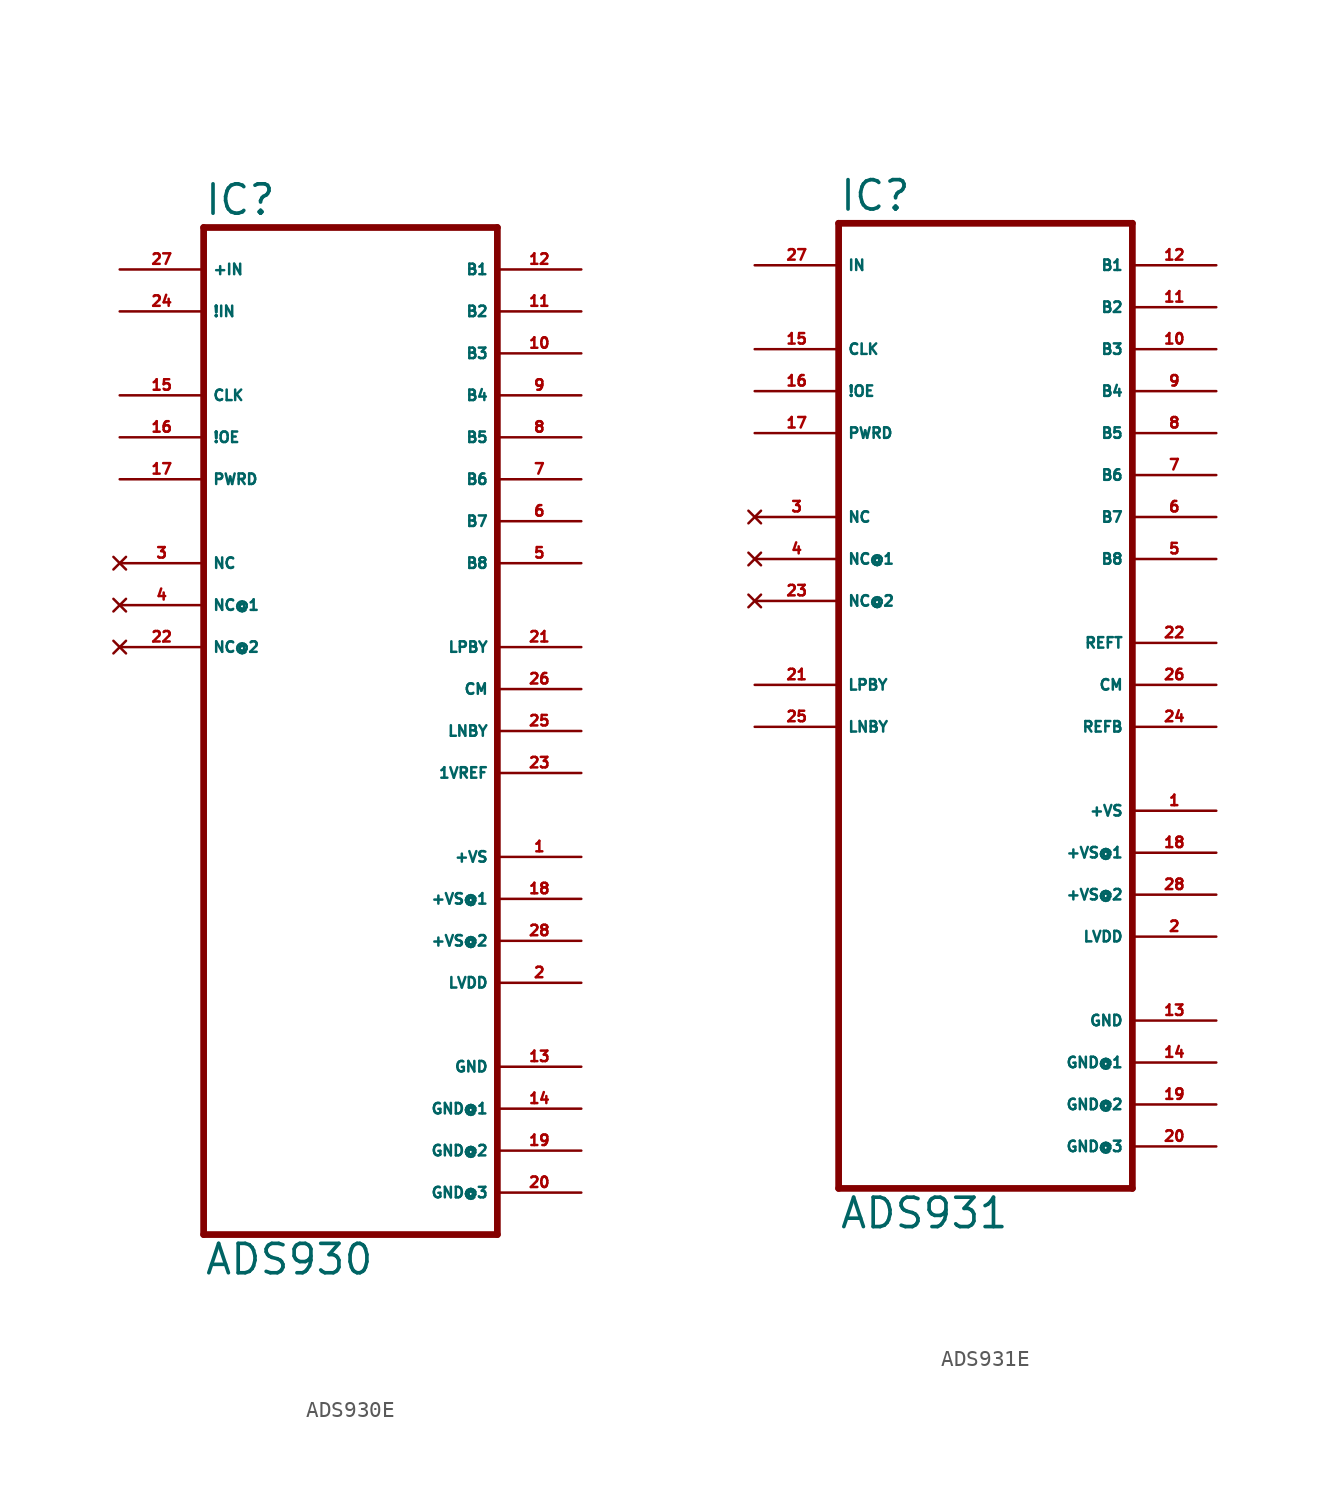
<source format=kicad_sym>
(kicad_symbol_lib
  (version 20220914)
  (generator Eagle2Kicad)
  (symbol "ADS930E"
    (property "Reference" "IC"
      (at -10.16 31.115 0)
      (effects (font (size 1.778 1.778) (thickness 0.22)) (justify left bottom)))
    (property "Value" "ADS930"
      (at -10.16 -33.02 0)
      (effects (font (size 1.778 1.778) (thickness 0.22)) (justify left bottom)))
    (polyline
      (pts (xy -10.16 30.48) (xy 7.62 30.48))
      (stroke (width 0.406) (type default))
      (fill (type none)))
    (polyline
      (pts (xy 7.62 30.48) (xy 7.62 -30.48))
      (stroke (width 0.406) (type default))
      (fill (type none)))
    (polyline
      (pts (xy 7.62 -30.48) (xy -10.16 -30.48))
      (stroke (width 0.406) (type default))
      (fill (type none)))
    (polyline
      (pts (xy -10.16 -30.48) (xy -10.16 30.48))
      (stroke (width 0.406) (type default))
      (fill (type none)))
    (pin input line
      (at -15.24 27.94 0)
      (length 5.08)
      (name "+IN" (effects (font (size 0.635 0.635) (thickness 0.08)) (justify left bottom)))
      (number "27" (effects (font (size 0.635 0.635) (thickness 0.08)) (justify left bottom))))
    (pin input line
      (at -15.24 20.32 0)
      (length 5.08)
      (name "CLK" (effects (font (size 0.635 0.635) (thickness 0.08)) (justify left bottom)))
      (number "15" (effects (font (size 0.635 0.635) (thickness 0.08)) (justify left bottom))))
    (pin input line
      (at -15.24 17.78 0)
      (length 5.08)
      (name "!OE" (effects (font (size 0.635 0.635) (thickness 0.08)) (justify left bottom)))
      (number "16" (effects (font (size 0.635 0.635) (thickness 0.08)) (justify left bottom))))
    (pin input line
      (at -15.24 15.24 0)
      (length 5.08)
      (name "PWRD" (effects (font (size 0.635 0.635) (thickness 0.08)) (justify left bottom)))
      (number "17" (effects (font (size 0.635 0.635) (thickness 0.08)) (justify left bottom))))
    (pin output line
      (at 12.7 27.94 180)
      (length 5.08)
      (name "B1" (effects (font (size 0.635 0.635) (thickness 0.08)) (justify left bottom)))
      (number "12" (effects (font (size 0.635 0.635) (thickness 0.08)) (justify left bottom))))
    (pin output line
      (at 12.7 25.4 180)
      (length 5.08)
      (name "B2" (effects (font (size 0.635 0.635) (thickness 0.08)) (justify left bottom)))
      (number "11" (effects (font (size 0.635 0.635) (thickness 0.08)) (justify left bottom))))
    (pin output line
      (at 12.7 22.86 180)
      (length 5.08)
      (name "B3" (effects (font (size 0.635 0.635) (thickness 0.08)) (justify left bottom)))
      (number "10" (effects (font (size 0.635 0.635) (thickness 0.08)) (justify left bottom))))
    (pin output line
      (at 12.7 20.32 180)
      (length 5.08)
      (name "B4" (effects (font (size 0.635 0.635) (thickness 0.08)) (justify left bottom)))
      (number "9" (effects (font (size 0.635 0.635) (thickness 0.08)) (justify left bottom))))
    (pin output line
      (at 12.7 17.78 180)
      (length 5.08)
      (name "B5" (effects (font (size 0.635 0.635) (thickness 0.08)) (justify left bottom)))
      (number "8" (effects (font (size 0.635 0.635) (thickness 0.08)) (justify left bottom))))
    (pin output line
      (at 12.7 15.24 180)
      (length 5.08)
      (name "B6" (effects (font (size 0.635 0.635) (thickness 0.08)) (justify left bottom)))
      (number "7" (effects (font (size 0.635 0.635) (thickness 0.08)) (justify left bottom))))
    (pin output line
      (at 12.7 12.7 180)
      (length 5.08)
      (name "B7" (effects (font (size 0.635 0.635) (thickness 0.08)) (justify left bottom)))
      (number "6" (effects (font (size 0.635 0.635) (thickness 0.08)) (justify left bottom))))
    (pin output line
      (at 12.7 10.16 180)
      (length 5.08)
      (name "B8" (effects (font (size 0.635 0.635) (thickness 0.08)) (justify left bottom)))
      (number "5" (effects (font (size 0.635 0.635) (thickness 0.08)) (justify left bottom))))
    (pin unspecified line
      (at 12.7 -7.62 180)
      (length 5.08)
      (name "+VS" (effects (font (size 0.635 0.635) (thickness 0.08)) (justify left bottom)))
      (number "1" (effects (font (size 0.635 0.635) (thickness 0.08)) (justify left bottom))))
    (pin unspecified line
      (at 12.7 -10.16 180)
      (length 5.08)
      (name "+VS@1" (effects (font (size 0.635 0.635) (thickness 0.08)) (justify left bottom)))
      (number "18" (effects (font (size 0.635 0.635) (thickness 0.08)) (justify left bottom))))
    (pin unspecified line
      (at 12.7 -12.7 180)
      (length 5.08)
      (name "+VS@2" (effects (font (size 0.635 0.635) (thickness 0.08)) (justify left bottom)))
      (number "28" (effects (font (size 0.635 0.635) (thickness 0.08)) (justify left bottom))))
    (pin unspecified line
      (at 12.7 -20.32 180)
      (length 5.08)
      (name "GND" (effects (font (size 0.635 0.635) (thickness 0.08)) (justify left bottom)))
      (number "13" (effects (font (size 0.635 0.635) (thickness 0.08)) (justify left bottom))))
    (pin unspecified line
      (at 12.7 -22.86 180)
      (length 5.08)
      (name "GND@1" (effects (font (size 0.635 0.635) (thickness 0.08)) (justify left bottom)))
      (number "14" (effects (font (size 0.635 0.635) (thickness 0.08)) (justify left bottom))))
    (pin unspecified line
      (at 12.7 -25.4 180)
      (length 5.08)
      (name "GND@2" (effects (font (size 0.635 0.635) (thickness 0.08)) (justify left bottom)))
      (number "19" (effects (font (size 0.635 0.635) (thickness 0.08)) (justify left bottom))))
    (pin unspecified line
      (at 12.7 -27.94 180)
      (length 5.08)
      (name "GND@3" (effects (font (size 0.635 0.635) (thickness 0.08)) (justify left bottom)))
      (number "20" (effects (font (size 0.635 0.635) (thickness 0.08)) (justify left bottom))))
    (pin input line
      (at -15.24 25.4 0)
      (length 5.08)
      (name "!IN" (effects (font (size 0.635 0.635) (thickness 0.08)) (justify left bottom)))
      (number "24" (effects (font (size 0.635 0.635) (thickness 0.08)) (justify left bottom))))
    (pin output line
      (at 12.7 2.54 180)
      (length 5.08)
      (name "CM" (effects (font (size 0.635 0.635) (thickness 0.08)) (justify left bottom)))
      (number "26" (effects (font (size 0.635 0.635) (thickness 0.08)) (justify left bottom))))
    (pin output line
      (at 12.7 -2.54 180)
      (length 5.08)
      (name "1VREF" (effects (font (size 0.635 0.635) (thickness 0.08)) (justify left bottom)))
      (number "23" (effects (font (size 0.635 0.635) (thickness 0.08)) (justify left bottom))))
    (pin no_connect line
      (at -15.24 10.16 0)
      (length 5.08)
      (name "NC" (effects (font (size 0.635 0.635) (thickness 0.08)) (justify left bottom) hide))
      (number "3" (effects (font (size 0.635 0.635) (thickness 0.08)) (justify left bottom) hide)))
    (pin no_connect line
      (at -15.24 7.62 0)
      (length 5.08)
      (name "NC@1" (effects (font (size 0.635 0.635) (thickness 0.08)) (justify left bottom) hide))
      (number "4" (effects (font (size 0.635 0.635) (thickness 0.08)) (justify left bottom) hide)))
    (pin no_connect line
      (at -15.24 5.08 0)
      (length 5.08)
      (name "NC@2" (effects (font (size 0.635 0.635) (thickness 0.08)) (justify left bottom) hide))
      (number "22" (effects (font (size 0.635 0.635) (thickness 0.08)) (justify left bottom) hide)))
    (pin output line
      (at 12.7 5.08 180)
      (length 5.08)
      (name "LPBY" (effects (font (size 0.635 0.635) (thickness 0.08)) (justify left bottom)))
      (number "21" (effects (font (size 0.635 0.635) (thickness 0.08)) (justify left bottom))))
    (pin output line
      (at 12.7 0 180)
      (length 5.08)
      (name "LNBY" (effects (font (size 0.635 0.635) (thickness 0.08)) (justify left bottom)))
      (number "25" (effects (font (size 0.635 0.635) (thickness 0.08)) (justify left bottom))))
    (pin unspecified line
      (at 12.7 -15.24 180)
      (length 5.08)
      (name "LVDD" (effects (font (size 0.635 0.635) (thickness 0.08)) (justify left bottom)))
      (number "2" (effects (font (size 0.635 0.635) (thickness 0.08)) (justify left bottom)))))
  (symbol "ADS931E"
    (property "Reference" "IC"
      (at -10.16 31.115 0)
      (effects (font (size 1.778 1.778) (thickness 0.22)) (justify left bottom)))
    (property "Value" "ADS931"
      (at -10.16 -30.48 0)
      (effects (font (size 1.778 1.778) (thickness 0.22)) (justify left bottom)))
    (polyline
      (pts (xy -10.16 30.48) (xy 7.62 30.48))
      (stroke (width 0.406) (type default))
      (fill (type none)))
    (polyline
      (pts (xy 7.62 30.48) (xy 7.62 -27.94))
      (stroke (width 0.406) (type default))
      (fill (type none)))
    (polyline
      (pts (xy 7.62 -27.94) (xy -10.16 -27.94))
      (stroke (width 0.406) (type default))
      (fill (type none)))
    (polyline
      (pts (xy -10.16 -27.94) (xy -10.16 30.48))
      (stroke (width 0.406) (type default))
      (fill (type none)))
    (pin input line
      (at -15.24 27.94 0)
      (length 5.08)
      (name "IN" (effects (font (size 0.635 0.635) (thickness 0.08)) (justify left bottom)))
      (number "27" (effects (font (size 0.635 0.635) (thickness 0.08)) (justify left bottom))))
    (pin input line
      (at -15.24 22.86 0)
      (length 5.08)
      (name "CLK" (effects (font (size 0.635 0.635) (thickness 0.08)) (justify left bottom)))
      (number "15" (effects (font (size 0.635 0.635) (thickness 0.08)) (justify left bottom))))
    (pin input line
      (at -15.24 20.32 0)
      (length 5.08)
      (name "!OE" (effects (font (size 0.635 0.635) (thickness 0.08)) (justify left bottom)))
      (number "16" (effects (font (size 0.635 0.635) (thickness 0.08)) (justify left bottom))))
    (pin input line
      (at -15.24 17.78 0)
      (length 5.08)
      (name "PWRD" (effects (font (size 0.635 0.635) (thickness 0.08)) (justify left bottom)))
      (number "17" (effects (font (size 0.635 0.635) (thickness 0.08)) (justify left bottom))))
    (pin output line
      (at 12.7 27.94 180)
      (length 5.08)
      (name "B1" (effects (font (size 0.635 0.635) (thickness 0.08)) (justify left bottom)))
      (number "12" (effects (font (size 0.635 0.635) (thickness 0.08)) (justify left bottom))))
    (pin output line
      (at 12.7 25.4 180)
      (length 5.08)
      (name "B2" (effects (font (size 0.635 0.635) (thickness 0.08)) (justify left bottom)))
      (number "11" (effects (font (size 0.635 0.635) (thickness 0.08)) (justify left bottom))))
    (pin output line
      (at 12.7 22.86 180)
      (length 5.08)
      (name "B3" (effects (font (size 0.635 0.635) (thickness 0.08)) (justify left bottom)))
      (number "10" (effects (font (size 0.635 0.635) (thickness 0.08)) (justify left bottom))))
    (pin output line
      (at 12.7 20.32 180)
      (length 5.08)
      (name "B4" (effects (font (size 0.635 0.635) (thickness 0.08)) (justify left bottom)))
      (number "9" (effects (font (size 0.635 0.635) (thickness 0.08)) (justify left bottom))))
    (pin output line
      (at 12.7 17.78 180)
      (length 5.08)
      (name "B5" (effects (font (size 0.635 0.635) (thickness 0.08)) (justify left bottom)))
      (number "8" (effects (font (size 0.635 0.635) (thickness 0.08)) (justify left bottom))))
    (pin output line
      (at 12.7 15.24 180)
      (length 5.08)
      (name "B6" (effects (font (size 0.635 0.635) (thickness 0.08)) (justify left bottom)))
      (number "7" (effects (font (size 0.635 0.635) (thickness 0.08)) (justify left bottom))))
    (pin output line
      (at 12.7 12.7 180)
      (length 5.08)
      (name "B7" (effects (font (size 0.635 0.635) (thickness 0.08)) (justify left bottom)))
      (number "6" (effects (font (size 0.635 0.635) (thickness 0.08)) (justify left bottom))))
    (pin output line
      (at 12.7 10.16 180)
      (length 5.08)
      (name "B8" (effects (font (size 0.635 0.635) (thickness 0.08)) (justify left bottom)))
      (number "5" (effects (font (size 0.635 0.635) (thickness 0.08)) (justify left bottom))))
    (pin unspecified line
      (at 12.7 -5.08 180)
      (length 5.08)
      (name "+VS" (effects (font (size 0.635 0.635) (thickness 0.08)) (justify left bottom)))
      (number "1" (effects (font (size 0.635 0.635) (thickness 0.08)) (justify left bottom))))
    (pin unspecified line
      (at 12.7 -7.62 180)
      (length 5.08)
      (name "+VS@1" (effects (font (size 0.635 0.635) (thickness 0.08)) (justify left bottom)))
      (number "18" (effects (font (size 0.635 0.635) (thickness 0.08)) (justify left bottom))))
    (pin unspecified line
      (at 12.7 -10.16 180)
      (length 5.08)
      (name "+VS@2" (effects (font (size 0.635 0.635) (thickness 0.08)) (justify left bottom)))
      (number "28" (effects (font (size 0.635 0.635) (thickness 0.08)) (justify left bottom))))
    (pin unspecified line
      (at 12.7 -17.78 180)
      (length 5.08)
      (name "GND" (effects (font (size 0.635 0.635) (thickness 0.08)) (justify left bottom)))
      (number "13" (effects (font (size 0.635 0.635) (thickness 0.08)) (justify left bottom))))
    (pin unspecified line
      (at 12.7 -20.32 180)
      (length 5.08)
      (name "GND@1" (effects (font (size 0.635 0.635) (thickness 0.08)) (justify left bottom)))
      (number "14" (effects (font (size 0.635 0.635) (thickness 0.08)) (justify left bottom))))
    (pin unspecified line
      (at 12.7 -22.86 180)
      (length 5.08)
      (name "GND@2" (effects (font (size 0.635 0.635) (thickness 0.08)) (justify left bottom)))
      (number "19" (effects (font (size 0.635 0.635) (thickness 0.08)) (justify left bottom))))
    (pin unspecified line
      (at 12.7 -25.4 180)
      (length 5.08)
      (name "GND@3" (effects (font (size 0.635 0.635) (thickness 0.08)) (justify left bottom)))
      (number "20" (effects (font (size 0.635 0.635) (thickness 0.08)) (justify left bottom))))
    (pin output line
      (at 12.7 5.08 180)
      (length 5.08)
      (name "REFT" (effects (font (size 0.635 0.635) (thickness 0.08)) (justify left bottom)))
      (number "22" (effects (font (size 0.635 0.635) (thickness 0.08)) (justify left bottom))))
    (pin output line
      (at 12.7 2.54 180)
      (length 5.08)
      (name "CM" (effects (font (size 0.635 0.635) (thickness 0.08)) (justify left bottom)))
      (number "26" (effects (font (size 0.635 0.635) (thickness 0.08)) (justify left bottom))))
    (pin output line
      (at 12.7 0 180)
      (length 5.08)
      (name "REFB" (effects (font (size 0.635 0.635) (thickness 0.08)) (justify left bottom)))
      (number "24" (effects (font (size 0.635 0.635) (thickness 0.08)) (justify left bottom))))
    (pin no_connect line
      (at -15.24 12.7 0)
      (length 5.08)
      (name "NC" (effects (font (size 0.635 0.635) (thickness 0.08)) (justify left bottom) hide))
      (number "3" (effects (font (size 0.635 0.635) (thickness 0.08)) (justify left bottom) hide)))
    (pin no_connect line
      (at -15.24 10.16 0)
      (length 5.08)
      (name "NC@1" (effects (font (size 0.635 0.635) (thickness 0.08)) (justify left bottom) hide))
      (number "4" (effects (font (size 0.635 0.635) (thickness 0.08)) (justify left bottom) hide)))
    (pin no_connect line
      (at -15.24 7.62 0)
      (length 5.08)
      (name "NC@2" (effects (font (size 0.635 0.635) (thickness 0.08)) (justify left bottom) hide))
      (number "23" (effects (font (size 0.635 0.635) (thickness 0.08)) (justify left bottom) hide)))
    (pin passive line
      (at -15.24 2.54 0)
      (length 5.08)
      (name "LPBY" (effects (font (size 0.635 0.635) (thickness 0.08)) (justify left bottom)))
      (number "21" (effects (font (size 0.635 0.635) (thickness 0.08)) (justify left bottom))))
    (pin passive line
      (at -15.24 0 0)
      (length 5.08)
      (name "LNBY" (effects (font (size 0.635 0.635) (thickness 0.08)) (justify left bottom)))
      (number "25" (effects (font (size 0.635 0.635) (thickness 0.08)) (justify left bottom))))
    (pin unspecified line
      (at 12.7 -12.7 180)
      (length 5.08)
      (name "LVDD" (effects (font (size 0.635 0.635) (thickness 0.08)) (justify left bottom)))
      (number "2" (effects (font (size 0.635 0.635) (thickness 0.08)) (justify left bottom))))))
</source>
